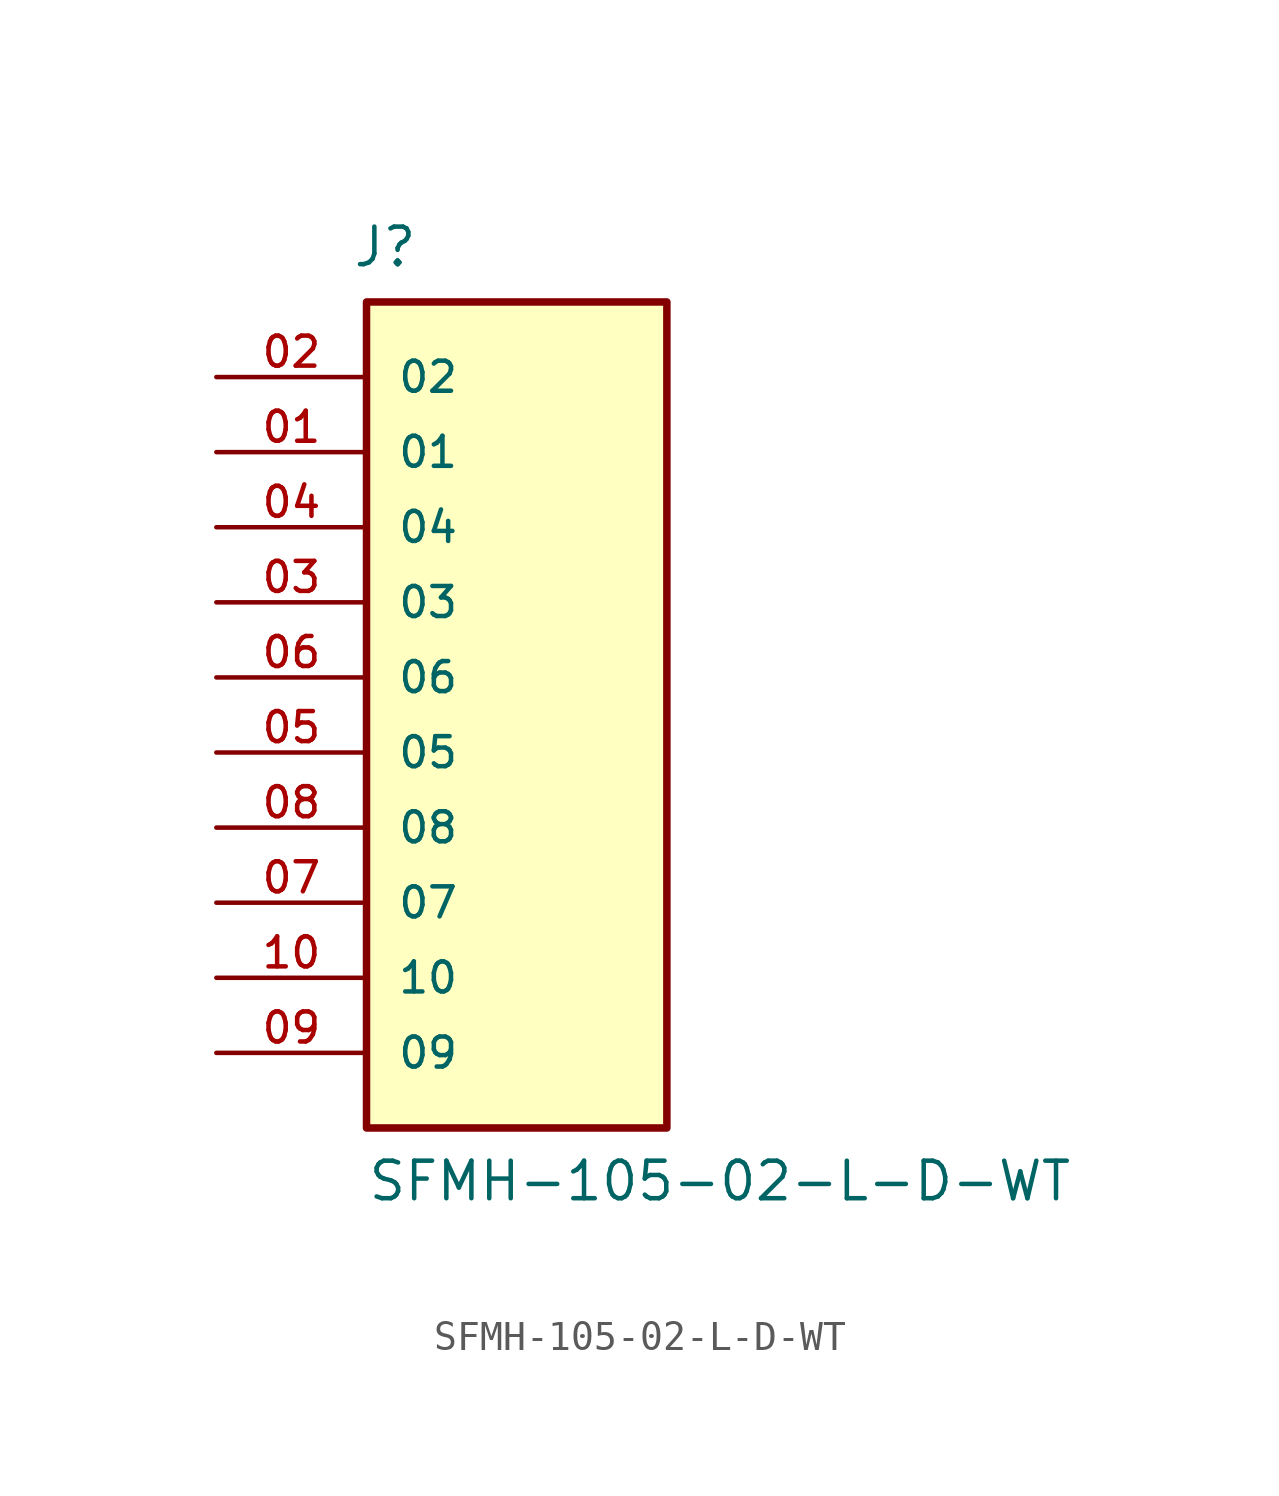
<source format=kicad_sym>
(kicad_symbol_lib
  (version 20211014)
  (generator kicad_symbol_editor)
  (symbol "SFMH-105-02-L-D-WT"
    (pin_names
      (offset 1.016))
    (property "Reference" "J"
      (at -5.58 13.816 0)
      (effects (font (size 1.27 1.27)) (justify bottom left)))
    (property "Value" "SFMH-105-02-L-D-WT"
      (at -5.08 -17.78 0)
      (effects (font (size 1.27 1.27)) (justify bottom left)))
    (symbol "SFMH-105-02-L-D-WT_0_0"
      (rectangle (start -5.08 -15.24) (end 5.08 12.7) (stroke (width 0.254)) (fill (type background)))
      (pin passive line (at -10.16 10.16 0) (length 5.08) (name "02" (effects (font (size 1.016 1.016)))) (number "02" (effects (font (size 1.016 1.016)))))
      (pin passive line (at -10.16 7.62 0) (length 5.08) (name "01" (effects (font (size 1.016 1.016)))) (number "01" (effects (font (size 1.016 1.016)))))
      (pin passive line (at -10.16 5.08 0) (length 5.08) (name "04" (effects (font (size 1.016 1.016)))) (number "04" (effects (font (size 1.016 1.016)))))
      (pin passive line (at -10.16 2.54 0) (length 5.08) (name "03" (effects (font (size 1.016 1.016)))) (number "03" (effects (font (size 1.016 1.016)))))
      (pin passive line (at -10.16 0.0 0) (length 5.08) (name "06" (effects (font (size 1.016 1.016)))) (number "06" (effects (font (size 1.016 1.016)))))
      (pin passive line (at -10.16 -2.54 0) (length 5.08) (name "05" (effects (font (size 1.016 1.016)))) (number "05" (effects (font (size 1.016 1.016)))))
      (pin passive line (at -10.16 -5.08 0) (length 5.08) (name "08" (effects (font (size 1.016 1.016)))) (number "08" (effects (font (size 1.016 1.016)))))
      (pin passive line (at -10.16 -7.62 0) (length 5.08) (name "07" (effects (font (size 1.016 1.016)))) (number "07" (effects (font (size 1.016 1.016)))))
      (pin passive line (at -10.16 -10.16 0) (length 5.08) (name "10" (effects (font (size 1.016 1.016)))) (number "10" (effects (font (size 1.016 1.016)))))
      (pin passive line (at -10.16 -12.7 0) (length 5.08) (name "09" (effects (font (size 1.016 1.016)))) (number "09" (effects (font (size 1.016 1.016))))))))
</source>
